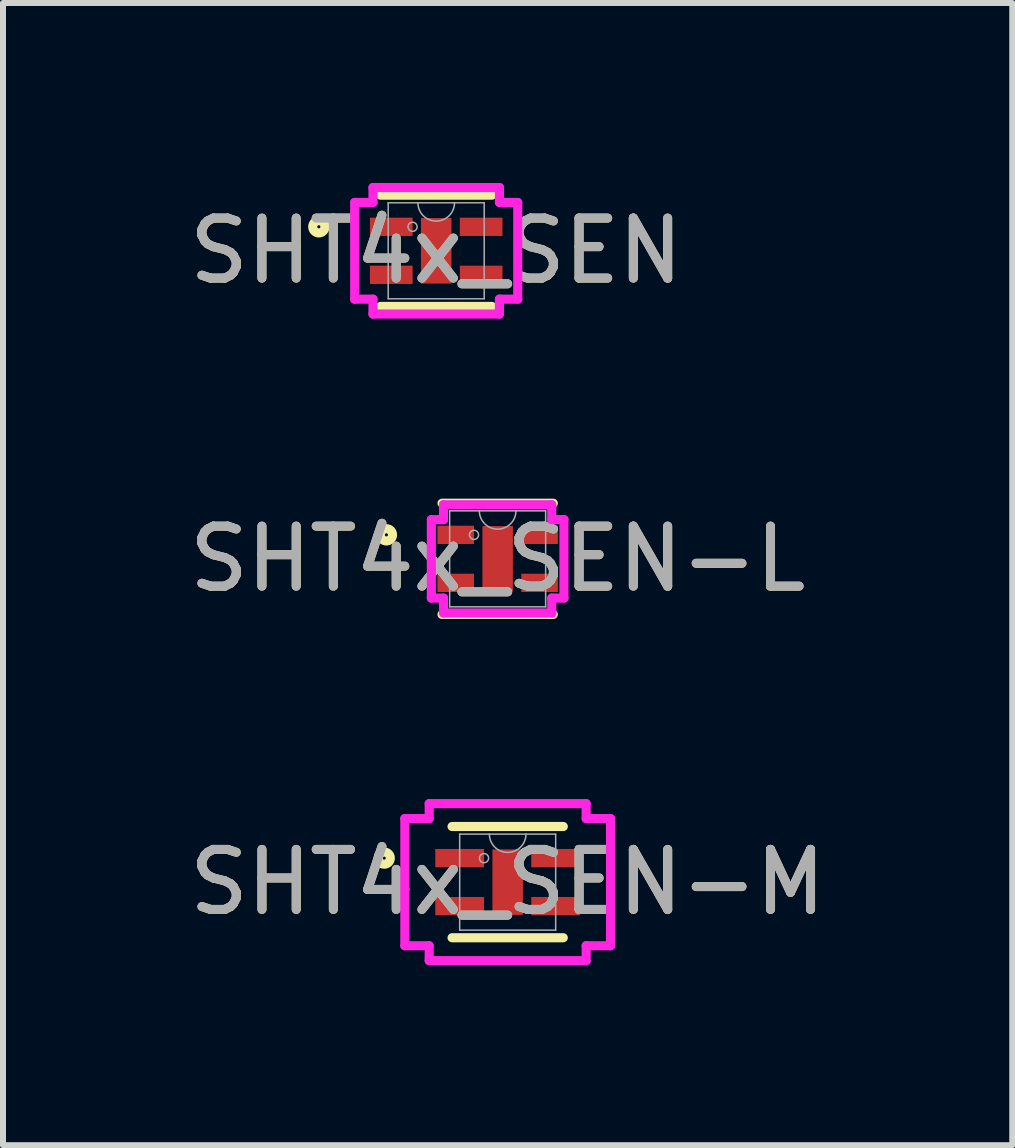
<source format=kicad_pcb>
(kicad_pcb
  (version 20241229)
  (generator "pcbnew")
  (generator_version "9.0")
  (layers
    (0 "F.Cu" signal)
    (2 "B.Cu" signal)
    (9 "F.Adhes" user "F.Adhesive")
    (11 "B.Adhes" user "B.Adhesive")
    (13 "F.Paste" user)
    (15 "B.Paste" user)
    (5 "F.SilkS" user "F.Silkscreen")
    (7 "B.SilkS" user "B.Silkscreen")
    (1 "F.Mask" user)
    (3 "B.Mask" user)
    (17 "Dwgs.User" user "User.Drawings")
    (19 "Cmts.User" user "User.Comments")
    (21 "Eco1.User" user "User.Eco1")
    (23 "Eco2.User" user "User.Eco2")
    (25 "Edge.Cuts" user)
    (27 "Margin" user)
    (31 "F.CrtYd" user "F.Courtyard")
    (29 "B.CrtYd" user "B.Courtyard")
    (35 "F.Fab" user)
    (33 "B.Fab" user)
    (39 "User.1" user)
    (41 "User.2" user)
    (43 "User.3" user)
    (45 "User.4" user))
  (footprint "SHT4x_SEN-L"
    (layer "F.Cu")
    (at 5.244 6.264)
    (property "Reference" "SHT4x_SEN-L" (at 0 0 0) (unlocked yes) (layer "F.SilkS") (effects (font (size 1 1) (thickness 0.15))))
    (attr smd)
    (fp_line (start -0.927 0.927) (end 0.927 0.927) (stroke (width 0.152) (type solid)) (layer "F.SilkS"))
    (fp_line (start 0.927 -0.927) (end -0.927 -0.927) (stroke (width 0.152) (type solid)) (layer "F.SilkS"))
    (fp_circle (center -1.854 -0.4) (end -1.752 -0.4) (stroke (width 0.152) (type solid)) (fill no) (layer "F.SilkS"))
    (fp_line (start -1.105 -0.654) (end -0.902 -0.654) (stroke (width 0.152) (type solid)) (layer "F.CrtYd"))
    (fp_line (start -1.105 0.654) (end -1.105 -0.654) (stroke (width 0.152) (type solid)) (layer "F.CrtYd"))
    (fp_line (start -1.105 0.654) (end -0.902 0.654) (stroke (width 0.152) (type solid)) (layer "F.CrtYd"))
    (fp_line (start -0.902 -0.902) (end 0.902 -0.902) (stroke (width 0.152) (type solid)) (layer "F.CrtYd"))
    (fp_line (start -0.902 -0.654) (end -0.902 -0.902) (stroke (width 0.152) (type solid)) (layer "F.CrtYd"))
    (fp_line (start -0.902 0.902) (end -0.902 0.654) (stroke (width 0.152) (type solid)) (layer "F.CrtYd"))
    (fp_line (start 0.902 -0.902) (end 0.902 -0.654) (stroke (width 0.152) (type solid)) (layer "F.CrtYd"))
    (fp_line (start 0.902 0.654) (end 0.902 0.902) (stroke (width 0.152) (type solid)) (layer "F.CrtYd"))
    (fp_line (start 0.902 0.902) (end -0.902 0.902) (stroke (width 0.152) (type solid)) (layer "F.CrtYd"))
    (fp_line (start 1.105 -0.654) (end 0.902 -0.654) (stroke (width 0.152) (type solid)) (layer "F.CrtYd"))
    (fp_line (start 1.105 -0.654) (end 1.105 0.654) (stroke (width 0.152) (type solid)) (layer "F.CrtYd"))
    (fp_line (start 1.105 0.654) (end 0.902 0.654) (stroke (width 0.152) (type solid)) (layer "F.CrtYd"))
    (fp_line (start -0.8 -0.8) (end -0.8 0.8) (stroke (width 0.025) (type solid)) (layer "F.Fab"))
    (fp_line (start -0.8 0.8) (end 0.8 0.8) (stroke (width 0.025) (type solid)) (layer "F.Fab"))
    (fp_line (start 0.8 -0.8) (end -0.8 -0.8) (stroke (width 0.025) (type solid)) (layer "F.Fab"))
    (fp_line (start 0.8 0.8) (end 0.8 -0.8) (stroke (width 0.025) (type solid)) (layer "F.Fab"))
    (fp_arc (start 0.3048 -0.8001) (mid 0 -0.4953) (end -0.3048 -0.8001) (stroke (width 0.0254) (type solid)) (layer "F.Fab"))
    (fp_circle (center -0.394 -0.4) (end -0.318 -0.4) (stroke (width 0.025) (type solid)) (fill no) (layer "F.Fab"))
    (fp_text user "${REFERENCE}" (at 0 0 0) (unlocked yes) (layer "F.Fab") (effects (font (size 1 1) (thickness 0.15))))
    (pad "1" smd rect (at -0.699 -0.4) (size 0.61 0.305) (layers "F.Cu" "F.Mask" "F.Paste"))
    (pad "2" smd rect (at -0.699 0.4) (size 0.61 0.305) (layers "F.Cu" "F.Mask" "F.Paste"))
    (pad "3" smd rect (at 0.699 0.4) (size 0.61 0.305) (layers "F.Cu" "F.Mask" "F.Paste"))
    (pad "4" smd rect (at 0.699 -0.4) (size 0.61 0.305) (layers "F.Cu" "F.Mask" "F.Paste"))
    (pad "5" smd rect (at 0 0) (size 0.508 1.092) (layers "F.Cu" "F.Mask" "F.Paste")))
  (footprint "SHT4x_SEN-M"
    (layer "F.Cu")
    (at 5.411 11.652)
    (property "Reference" "SHT4x_SEN-M" (at 0 0 0) (unlocked yes) (layer "F.SilkS") (effects (font (size 1 1) (thickness 0.15))))
    (attr smd)
    (fp_line (start -0.927 0.927) (end 0.927 0.927) (stroke (width 0.152) (type solid)) (layer "F.SilkS"))
    (fp_line (start 0.927 -0.927) (end -0.927 -0.927) (stroke (width 0.152) (type solid)) (layer "F.SilkS"))
    (fp_circle (center -2.057 -0.4) (end -1.956 -0.4) (stroke (width 0.152) (type solid)) (fill no) (layer "F.SilkS"))
    (fp_line (start -1.714 -1.06) (end -1.308 -1.06) (stroke (width 0.152) (type solid)) (layer "F.CrtYd"))
    (fp_line (start -1.714 1.06) (end -1.714 -1.06) (stroke (width 0.152) (type solid)) (layer "F.CrtYd"))
    (fp_line (start -1.714 1.06) (end -1.308 1.06) (stroke (width 0.152) (type solid)) (layer "F.CrtYd"))
    (fp_line (start -1.308 -1.308) (end 1.308 -1.308) (stroke (width 0.152) (type solid)) (layer "F.CrtYd"))
    (fp_line (start -1.308 -1.06) (end -1.308 -1.308) (stroke (width 0.152) (type solid)) (layer "F.CrtYd"))
    (fp_line (start -1.308 1.308) (end -1.308 1.06) (stroke (width 0.152) (type solid)) (layer "F.CrtYd"))
    (fp_line (start 1.308 -1.308) (end 1.308 -1.06) (stroke (width 0.152) (type solid)) (layer "F.CrtYd"))
    (fp_line (start 1.308 1.06) (end 1.308 1.308) (stroke (width 0.152) (type solid)) (layer "F.CrtYd"))
    (fp_line (start 1.308 1.308) (end -1.308 1.308) (stroke (width 0.152) (type solid)) (layer "F.CrtYd"))
    (fp_line (start 1.714 -1.06) (end 1.308 -1.06) (stroke (width 0.152) (type solid)) (layer "F.CrtYd"))
    (fp_line (start 1.714 -1.06) (end 1.714 1.06) (stroke (width 0.152) (type solid)) (layer "F.CrtYd"))
    (fp_line (start 1.714 1.06) (end 1.308 1.06) (stroke (width 0.152) (type solid)) (layer "F.CrtYd"))
    (fp_line (start -0.8 -0.8) (end -0.8 0.8) (stroke (width 0.025) (type solid)) (layer "F.Fab"))
    (fp_line (start -0.8 0.8) (end 0.8 0.8) (stroke (width 0.025) (type solid)) (layer "F.Fab"))
    (fp_line (start 0.8 -0.8) (end -0.8 -0.8) (stroke (width 0.025) (type solid)) (layer "F.Fab"))
    (fp_line (start 0.8 0.8) (end 0.8 -0.8) (stroke (width 0.025) (type solid)) (layer "F.Fab"))
    (fp_arc (start 0.3048 -0.8001) (mid 0 -0.4953) (end -0.3048 -0.8001) (stroke (width 0.0254) (type solid)) (layer "F.Fab"))
    (fp_circle (center -0.394 -0.4) (end -0.318 -0.4) (stroke (width 0.025) (type solid)) (fill no) (layer "F.Fab"))
    (fp_text user "${REFERENCE}" (at 0 0 0) (unlocked yes) (layer "F.Fab") (effects (font (size 1 1) (thickness 0.15))))
    (pad "1" smd rect (at -0.8 -0.4) (size 0.813 0.305) (layers "F.Cu" "F.Mask" "F.Paste"))
    (pad "2" smd rect (at -0.8 0.4) (size 0.813 0.305) (layers "F.Cu" "F.Mask" "F.Paste"))
    (pad "3" smd rect (at 0.8 0.4) (size 0.813 0.305) (layers "F.Cu" "F.Mask" "F.Paste"))
    (pad "4" smd rect (at 0.8 -0.4) (size 0.813 0.305) (layers "F.Cu" "F.Mask" "F.Paste"))
    (pad "5" smd rect (at 0 0) (size 0.508 1.092) (layers "F.Cu" "F.Mask" "F.Paste")))
  (footprint "SHT4x_SEN"
    (layer "F.Cu")
    (at 4.22 1.13)
    (property "Reference" "SHT4x_SEN" (at 0 0 0) (unlocked yes) (layer "F.SilkS") (effects (font (size 1 1) (thickness 0.15))))
    (attr smd)
    (fp_line (start -0.927 0.927) (end 0.927 0.927) (stroke (width 0.152) (type solid)) (layer "F.SilkS"))
    (fp_line (start 0.927 -0.927) (end -0.927 -0.927) (stroke (width 0.152) (type solid)) (layer "F.SilkS"))
    (fp_circle (center -1.956 -0.4) (end -1.854 -0.4) (stroke (width 0.152) (type solid)) (fill no) (layer "F.SilkS"))
    (fp_line (start -1.359 -0.806) (end -1.054 -0.806) (stroke (width 0.152) (type solid)) (layer "F.CrtYd"))
    (fp_line (start -1.359 0.806) (end -1.359 -0.806) (stroke (width 0.152) (type solid)) (layer "F.CrtYd"))
    (fp_line (start -1.359 0.806) (end -1.054 0.806) (stroke (width 0.152) (type solid)) (layer "F.CrtYd"))
    (fp_line (start -1.054 -1.054) (end 1.054 -1.054) (stroke (width 0.152) (type solid)) (layer "F.CrtYd"))
    (fp_line (start -1.054 -0.806) (end -1.054 -1.054) (stroke (width 0.152) (type solid)) (layer "F.CrtYd"))
    (fp_line (start -1.054 1.054) (end -1.054 0.806) (stroke (width 0.152) (type solid)) (layer "F.CrtYd"))
    (fp_line (start 1.054 -1.054) (end 1.054 -0.806) (stroke (width 0.152) (type solid)) (layer "F.CrtYd"))
    (fp_line (start 1.054 0.806) (end 1.054 1.054) (stroke (width 0.152) (type solid)) (layer "F.CrtYd"))
    (fp_line (start 1.054 1.054) (end -1.054 1.054) (stroke (width 0.152) (type solid)) (layer "F.CrtYd"))
    (fp_line (start 1.359 -0.806) (end 1.054 -0.806) (stroke (width 0.152) (type solid)) (layer "F.CrtYd"))
    (fp_line (start 1.359 -0.806) (end 1.359 0.806) (stroke (width 0.152) (type solid)) (layer "F.CrtYd"))
    (fp_line (start 1.359 0.806) (end 1.054 0.806) (stroke (width 0.152) (type solid)) (layer "F.CrtYd"))
    (fp_line (start -0.8 -0.8) (end -0.8 0.8) (stroke (width 0.025) (type solid)) (layer "F.Fab"))
    (fp_line (start -0.8 0.8) (end 0.8 0.8) (stroke (width 0.025) (type solid)) (layer "F.Fab"))
    (fp_line (start 0.8 -0.8) (end -0.8 -0.8) (stroke (width 0.025) (type solid)) (layer "F.Fab"))
    (fp_line (start 0.8 0.8) (end 0.8 -0.8) (stroke (width 0.025) (type solid)) (layer "F.Fab"))
    (fp_arc (start 0.3048 -0.8001) (mid 0 -0.4953) (end -0.3048 -0.8001) (stroke (width 0.0254) (type solid)) (layer "F.Fab"))
    (fp_circle (center -0.394 -0.4) (end -0.318 -0.4) (stroke (width 0.025) (type solid)) (fill no) (layer "F.Fab"))
    (fp_text user "${REFERENCE}" (at 0 0 0) (unlocked yes) (layer "F.Fab") (effects (font (size 1 1) (thickness 0.15))))
    (pad "1" smd rect (at -0.749 -0.4) (size 0.711 0.305) (layers "F.Cu" "F.Mask" "F.Paste"))
    (pad "2" smd rect (at -0.749 0.4) (size 0.711 0.305) (layers "F.Cu" "F.Mask" "F.Paste"))
    (pad "3" smd rect (at 0.749 0.4) (size 0.711 0.305) (layers "F.Cu" "F.Mask" "F.Paste"))
    (pad "4" smd rect (at 0.749 -0.4) (size 0.711 0.305) (layers "F.Cu" "F.Mask" "F.Paste"))
    (pad "5" smd rect (at 0 0) (size 0.508 1.092) (layers "F.Cu" "F.Mask" "F.Paste")))
  (gr_rect
    (start -3 -3)
    (end 13.821 16.036)
    (stroke (width 0.1) (type default))
    (fill no)
    (layer "Edge.Cuts")))
</source>
